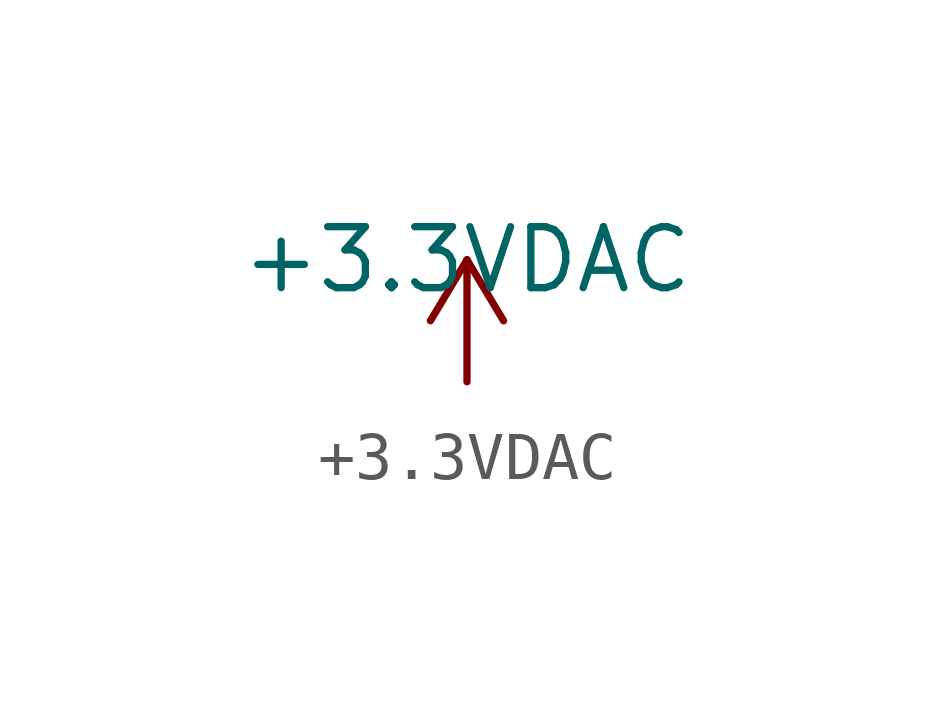
<source format=kicad_sym>
(kicad_symbol_lib
  (version 20211014)
  (generator kicad_symbol_editor)
  (symbol "+3.3VDAC"
    (power)
    (pin_names
      (offset 0))
    (property "Reference" "#PWR"
      (at 3.81 -1.27 0)
      (effects (font (size 1.27 1.27)) hide))
    (property "Value" "+3.3VDAC"
      (at 0 2.54 0)
      (effects (font (size 1.27 1.27))))
    (symbol "+3.3VDAC_0_0"
      (pin power_in line (at 0 0 90) (length 0) hide (name "+3.3VDAC" (effects (font (size 1.27 1.27)))) (number "1" (effects (font (size 1.27 1.27))))))
    (symbol "+3.3VDAC_0_1"
      (polyline (pts (xy -0.762 1.27) (xy 0 2.54)) (stroke (width 0) (type default) (color 0 0 0 0)) (fill (type none)))
      (polyline (pts (xy 0 0) (xy 0 2.54)) (stroke (width 0) (type default) (color 0 0 0 0)) (fill (type none)))
      (polyline (pts (xy 0 2.54) (xy 0.762 1.27)) (stroke (width 0) (type default) (color 0 0 0 0)) (fill (type none))))))
</source>
